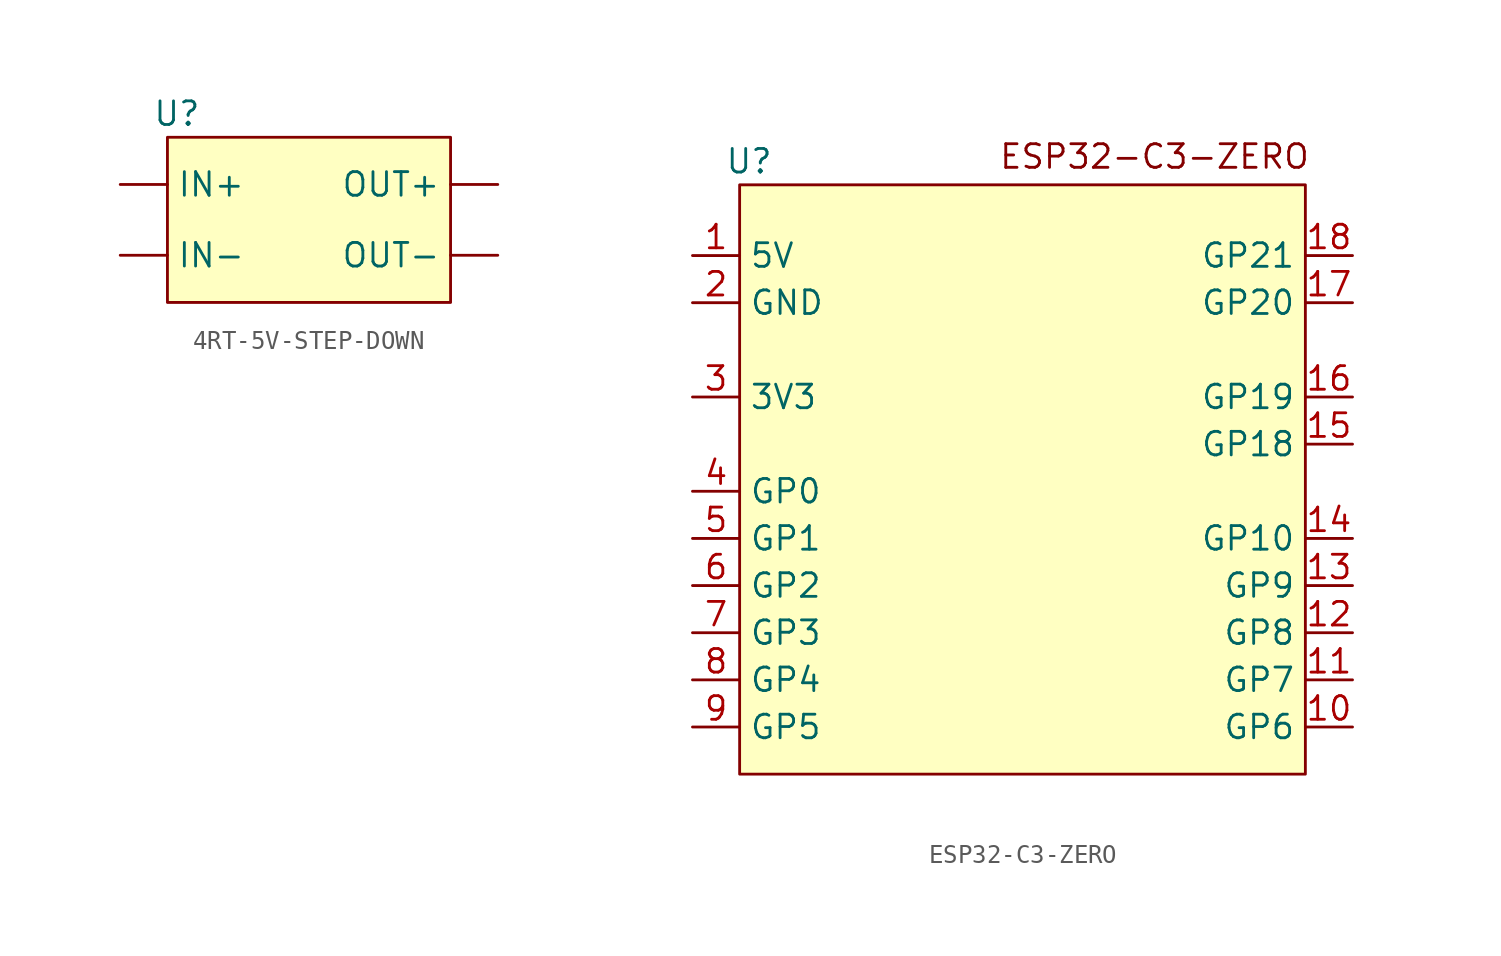
<source format=kicad_sym>
(kicad_symbol_lib
  (version 20231120)
  (generator "kicad_symbol_editor")
  (generator_version "8.0")
  (symbol "4RT-5V-STEP-DOWN"
    (property "Reference" "U"
      (at -7.112 5.08 0)
      (effects (font (size 1.27 1.27))))
    (property "Value" ""
      (at 2.54 -3.81 0)
      (effects (font (size 1.27 1.27))))
    (symbol "4RT-5V-STEP-DOWN_1_1"
      (rectangle (start -7.62 3.81) (end 7.62 -5.08) (stroke (width 0) (type default)) (fill (type background)))
      (pin power_in line (at -10.16 1.27 0) (length 2.54) (name "IN+" (effects (font (size 1.27 1.27)))) (number "" (effects (font (size 1.27 1.27)))))
      (pin power_in line (at -10.16 -2.54 0) (length 2.54) (name "IN-" (effects (font (size 1.27 1.27)))) (number "" (effects (font (size 1.27 1.27)))))
      (pin power_out line (at 10.16 1.27 180) (length 2.54) (name "OUT+" (effects (font (size 1.27 1.27)))) (number "" (effects (font (size 1.27 1.27)))))
      (pin power_out line (at 10.16 -2.54 180) (length 2.54) (name "OUT-" (effects (font (size 1.27 1.27)))) (number "" (effects (font (size 1.27 1.27)))))))
  (symbol "ESP32-C3-ZERO"
    (property "Reference" "U"
      (at -14.732 17.78 0)
      (effects (font (size 1.27 1.27))))
    (property "Value" ""
      (at -7.62 5.08 0)
      (effects (font (size 1.27 1.27))))
    (symbol "ESP32-C3-ZERO_1_1"
      (rectangle (start -15.24 16.51) (end 15.24 -15.24) (stroke (width 0) (type default)) (fill (type background)))
      (text "ESP32-C3-ZERO" (at 7.112 18.034 0) (effects (font (size 1.27 1.27))))
      (pin power_in line (at -17.78 12.7 0) (length 2.54) (name "5V" (effects (font (size 1.27 1.27)))) (number "1" (effects (font (size 1.27 1.27)))))
      (pin bidirectional line (at 17.78 -12.7 180) (length 2.54) (name "GP6" (effects (font (size 1.27 1.27)))) (number "10" (effects (font (size 1.27 1.27)))))
      (pin bidirectional line (at 17.78 -10.16 180) (length 2.54) (name "GP7" (effects (font (size 1.27 1.27)))) (number "11" (effects (font (size 1.27 1.27)))))
      (pin bidirectional line (at 17.78 -7.62 180) (length 2.54) (name "GP8" (effects (font (size 1.27 1.27)))) (number "12" (effects (font (size 1.27 1.27)))))
      (pin bidirectional line (at 17.78 -5.08 180) (length 2.54) (name "GP9" (effects (font (size 1.27 1.27)))) (number "13" (effects (font (size 1.27 1.27)))))
      (pin bidirectional line (at 17.78 -2.54 180) (length 2.54) (name "GP10" (effects (font (size 1.27 1.27)))) (number "14" (effects (font (size 1.27 1.27)))))
      (pin unspecified line (at 17.78 2.54 180) (length 2.54) (name "GP18" (effects (font (size 1.27 1.27)))) (number "15" (effects (font (size 1.27 1.27)))))
      (pin unspecified line (at 17.78 5.08 180) (length 2.54) (name "GP19" (effects (font (size 1.27 1.27)))) (number "16" (effects (font (size 1.27 1.27)))))
      (pin input line (at 17.78 10.16 180) (length 2.54) (name "GP20" (effects (font (size 1.27 1.27)))) (number "17" (effects (font (size 1.27 1.27)))))
      (pin output line (at 17.78 12.7 180) (length 2.54) (name "GP21" (effects (font (size 1.27 1.27)))) (number "18" (effects (font (size 1.27 1.27)))))
      (pin power_in line (at -17.78 10.16 0) (length 2.54) (name "GND" (effects (font (size 1.27 1.27)))) (number "2" (effects (font (size 1.27 1.27)))))
      (pin power_out line (at -17.78 5.08 0) (length 2.54) (name "3V3" (effects (font (size 1.27 1.27)))) (number "3" (effects (font (size 1.27 1.27)))))
      (pin bidirectional line (at -17.78 0 0) (length 2.54) (name "GP0" (effects (font (size 1.27 1.27)))) (number "4" (effects (font (size 1.27 1.27)))))
      (pin bidirectional line (at -17.78 -2.54 0) (length 2.54) (name "GP1" (effects (font (size 1.27 1.27)))) (number "5" (effects (font (size 1.27 1.27)))))
      (pin bidirectional line (at -17.78 -5.08 0) (length 2.54) (name "GP2" (effects (font (size 1.27 1.27)))) (number "6" (effects (font (size 1.27 1.27)))))
      (pin bidirectional line (at -17.78 -7.62 0) (length 2.54) (name "GP3" (effects (font (size 1.27 1.27)))) (number "7" (effects (font (size 1.27 1.27)))))
      (pin bidirectional line (at -17.78 -10.16 0) (length 2.54) (name "GP4" (effects (font (size 1.27 1.27)))) (number "8" (effects (font (size 1.27 1.27)))))
      (pin bidirectional line (at -17.78 -12.7 0) (length 2.54) (name "GP5" (effects (font (size 1.27 1.27)))) (number "9" (effects (font (size 1.27 1.27))))))))
</source>
